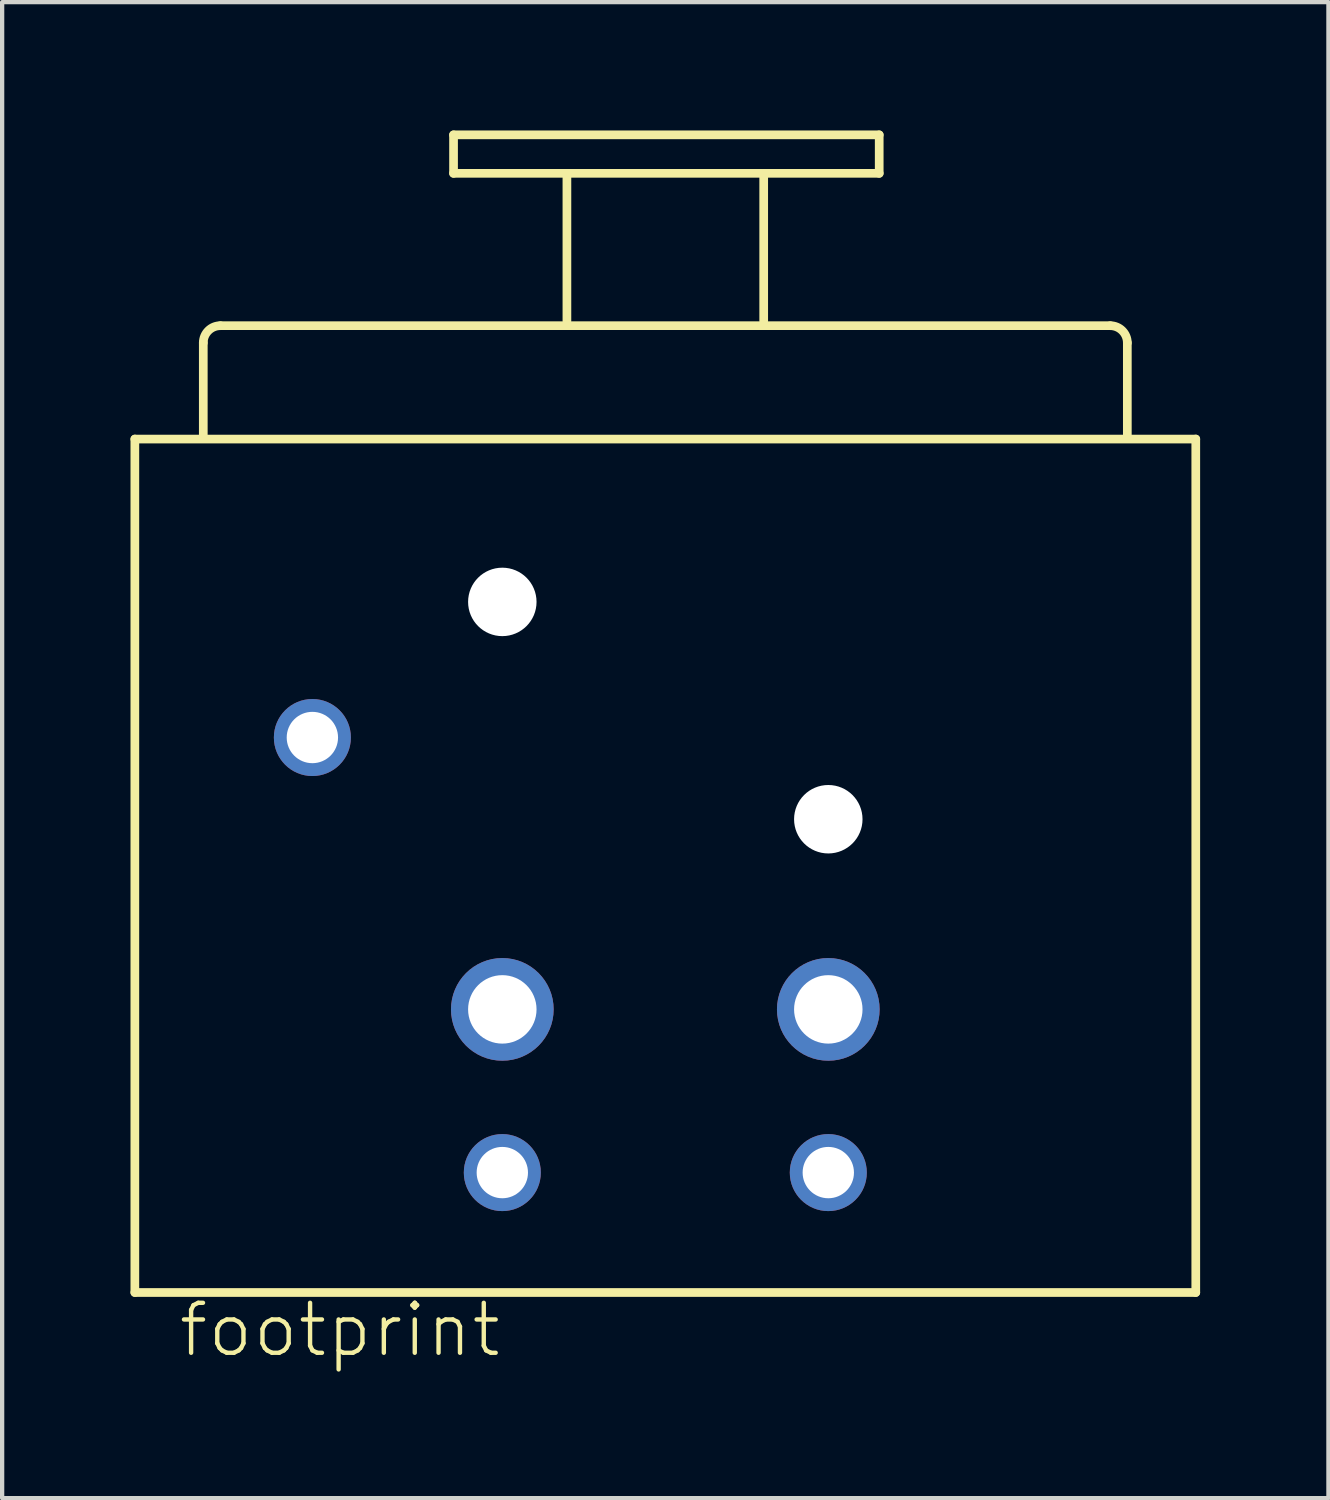
<source format=kicad_pcb>
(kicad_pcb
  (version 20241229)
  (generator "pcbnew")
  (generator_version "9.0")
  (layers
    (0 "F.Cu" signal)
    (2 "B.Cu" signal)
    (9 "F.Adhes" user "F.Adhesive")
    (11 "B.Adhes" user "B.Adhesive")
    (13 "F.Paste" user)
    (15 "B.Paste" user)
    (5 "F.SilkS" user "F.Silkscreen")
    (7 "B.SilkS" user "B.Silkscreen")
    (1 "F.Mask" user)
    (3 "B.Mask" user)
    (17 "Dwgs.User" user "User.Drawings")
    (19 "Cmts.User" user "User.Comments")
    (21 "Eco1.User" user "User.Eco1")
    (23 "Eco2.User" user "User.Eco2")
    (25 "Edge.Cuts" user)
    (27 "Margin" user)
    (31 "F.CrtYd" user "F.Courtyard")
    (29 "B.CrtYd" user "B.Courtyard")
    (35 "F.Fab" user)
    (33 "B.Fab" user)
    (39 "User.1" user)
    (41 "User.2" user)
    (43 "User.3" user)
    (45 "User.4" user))
  (footprint "footprint"
    (layer "F.Cu")
    (at 12.502 24.91)
    (property "Reference" "footprint" (at -11.43 3.81 0) (layer "F.SilkS") (effects (font (size 1.168 1.168) (thickness 0.102)) (justify left bottom)))
    (fp_line (start -12.4 -17.697) (end 12.4 -17.697) (stroke (width 0.203) (type solid)) (layer "F.SilkS"))
    (fp_line (start -12.4 2.253) (end -12.4 -17.697) (stroke (width 0.203) (type solid)) (layer "F.SilkS"))
    (fp_line (start -10.8 -17.797) (end -10.8 -19.947) (stroke (width 0.203) (type solid)) (layer "F.SilkS"))
    (fp_line (start -10.4 -20.347) (end 10.4 -20.347) (stroke (width 0.203) (type solid)) (layer "F.SilkS"))
    (fp_line (start -4.95 -24.808) (end 5 -24.808) (stroke (width 0.203) (type solid)) (layer "F.SilkS"))
    (fp_line (start -4.95 -23.908) (end -4.95 -24.808) (stroke (width 0.203) (type solid)) (layer "F.SilkS"))
    (fp_line (start -2.3 -23.908) (end -4.95 -23.908) (stroke (width 0.203) (type solid)) (layer "F.SilkS"))
    (fp_line (start -2.3 -23.908) (end 2.25 -23.908) (stroke (width 0.203) (type solid)) (layer "F.SilkS"))
    (fp_line (start -2.3 -20.458) (end -2.3 -23.908) (stroke (width 0.203) (type solid)) (layer "F.SilkS"))
    (fp_line (start 2.3 -23.908) (end 2.3 -20.458) (stroke (width 0.203) (type solid)) (layer "F.SilkS"))
    (fp_line (start 5 -24.808) (end 5 -23.908) (stroke (width 0.203) (type solid)) (layer "F.SilkS"))
    (fp_line (start 5 -23.908) (end 2.3 -23.908) (stroke (width 0.203) (type solid)) (layer "F.SilkS"))
    (fp_line (start 10.8 -19.947) (end 10.8 -17.797) (stroke (width 0.203) (type solid)) (layer "F.SilkS"))
    (fp_line (start 12.4 -17.697) (end 12.4 2.253) (stroke (width 0.203) (type solid)) (layer "F.SilkS"))
    (fp_line (start 12.4 2.253) (end -12.4 2.253) (stroke (width 0.203) (type solid)) (layer "F.SilkS"))
    (fp_arc (start -10.8 -19.9469) (mid -10.682843 -20.229743) (end -10.4 -20.3469) (stroke (width 0.2032) (type solid)) (layer "F.SilkS"))
    (fp_arc (start 10.4 -20.3469) (mid 10.682843 -20.229743) (end 10.8 -19.9469) (stroke (width 0.2032) (type solid)) (layer "F.SilkS"))
    (pad "" np_thru_hole circle (at -3.81 -13.89) (size 1.6 1.6) (drill 1.6) (layers "*.Cu" "*.Mask"))
    (pad "" np_thru_hole circle (at 3.81 -8.81) (size 1.6 1.6) (drill 1.6) (layers "*.Cu" "*.Mask"))
    (pad "1" thru_hole circle (at -3.81 -0.55) (size 1.8 1.8) (drill 1.2) (layers "*.Cu" "*.Mask"))
    (pad "2" thru_hole circle (at -3.81 -4.365) (size 2.4 2.4) (drill 1.6) (layers "*.Cu" "*.Mask"))
    (pad "3" thru_hole circle (at 3.81 -4.365) (size 2.4 2.4) (drill 1.6) (layers "*.Cu" "*.Mask"))
    (pad "4" thru_hole circle (at 3.81 -0.55) (size 1.8 1.8) (drill 1.2) (layers "*.Cu" "*.Mask"))
    (pad "G" thru_hole circle (at -8.25 -10.72) (size 1.8 1.8) (drill 1.2) (layers "*.Cu" "*.Mask")))
  (gr_rect
    (start -3 -3)
    (end 28.003 31.97)
    (stroke (width 0.1) (type default))
    (fill no)
    (layer "Edge.Cuts")))
</source>
